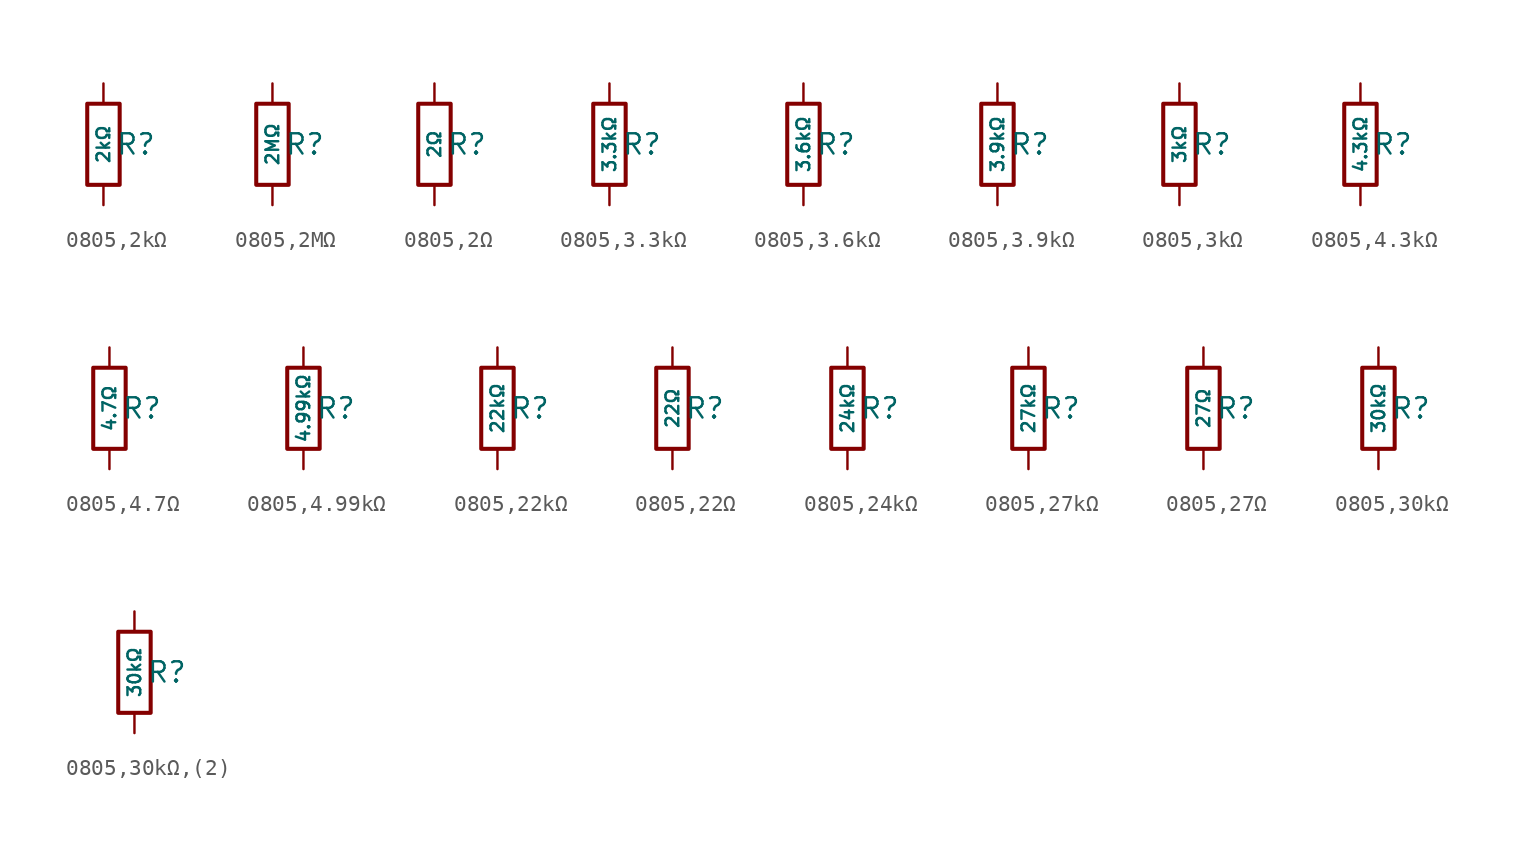
<source format=kicad_sym>
(kicad_symbol_lib
  (version 20231120)
  (generator "CDFER")
  (generator_version "8.0")
  (symbol "0805,2kΩ"
    (pin_numbers hide)
    (pin_names
      (offset 0))
    (property "Reference" "R"
      (at 2.032 0 0)
      (effects (font (size 1.27 1.27)) (hide no)))
    (property "Value" "2kΩ"
      (at 0 0 90)
      (do_not_autoplace)
      (effects (font (size 0.8 0.8)) (hide no)))
    (symbol "0805,2kΩ_0_1"
      (rectangle (start -1.016 2.54) (end 1.016 -2.54) (stroke (width 0.254) (type default)) (fill (type none))))
    (symbol "0805,2kΩ_1_1"
      (pin passive line (at 0 3.81 270) (length 1.27) (name "~" (effects (font (size 1.27 1.27)))) (number "1" (effects (font (size 1.27 1.27)))))
      (pin passive line (at 0 -3.81 90) (length 1.27) (name "~" (effects (font (size 1.27 1.27)))) (number "2" (effects (font (size 1.27 1.27)))))))
  (symbol "0805,2MΩ"
    (pin_numbers hide)
    (pin_names
      (offset 0))
    (property "Reference" "R"
      (at 2.032 0 0)
      (effects (font (size 1.27 1.27)) (hide no)))
    (property "Value" "2MΩ"
      (at 0 0 90)
      (do_not_autoplace)
      (effects (font (size 0.8 0.8)) (hide no)))
    (symbol "0805,2MΩ_0_1"
      (rectangle (start -1.016 2.54) (end 1.016 -2.54) (stroke (width 0.254) (type default)) (fill (type none))))
    (symbol "0805,2MΩ_1_1"
      (pin passive line (at 0 3.81 270) (length 1.27) (name "~" (effects (font (size 1.27 1.27)))) (number "1" (effects (font (size 1.27 1.27)))))
      (pin passive line (at 0 -3.81 90) (length 1.27) (name "~" (effects (font (size 1.27 1.27)))) (number "2" (effects (font (size 1.27 1.27)))))))
  (symbol "0805,2Ω"
    (pin_numbers hide)
    (pin_names
      (offset 0))
    (property "Reference" "R"
      (at 2.032 0 0)
      (effects (font (size 1.27 1.27)) (hide no)))
    (property "Value" "2Ω"
      (at 0 0 90)
      (do_not_autoplace)
      (effects (font (size 0.8 0.8)) (hide no)))
    (symbol "0805,2Ω_0_1"
      (rectangle (start -1.016 2.54) (end 1.016 -2.54) (stroke (width 0.254) (type default)) (fill (type none))))
    (symbol "0805,2Ω_1_1"
      (pin passive line (at 0 3.81 270) (length 1.27) (name "~" (effects (font (size 1.27 1.27)))) (number "1" (effects (font (size 1.27 1.27)))))
      (pin passive line (at 0 -3.81 90) (length 1.27) (name "~" (effects (font (size 1.27 1.27)))) (number "2" (effects (font (size 1.27 1.27)))))))
  (symbol "0805,3.3kΩ"
    (pin_numbers hide)
    (pin_names
      (offset 0))
    (property "Reference" "R"
      (at 2.032 0 0)
      (effects (font (size 1.27 1.27)) (hide no)))
    (property "Value" "3.3kΩ"
      (at 0 0 90)
      (do_not_autoplace)
      (effects (font (size 0.8 0.8)) (hide no)))
    (symbol "0805,3.3kΩ_0_1"
      (rectangle (start -1.016 2.54) (end 1.016 -2.54) (stroke (width 0.254) (type default)) (fill (type none))))
    (symbol "0805,3.3kΩ_1_1"
      (pin passive line (at 0 3.81 270) (length 1.27) (name "~" (effects (font (size 1.27 1.27)))) (number "1" (effects (font (size 1.27 1.27)))))
      (pin passive line (at 0 -3.81 90) (length 1.27) (name "~" (effects (font (size 1.27 1.27)))) (number "2" (effects (font (size 1.27 1.27)))))))
  (symbol "0805,3.6kΩ"
    (pin_numbers hide)
    (pin_names
      (offset 0))
    (property "Reference" "R"
      (at 2.032 0 0)
      (effects (font (size 1.27 1.27)) (hide no)))
    (property "Value" "3.6kΩ"
      (at 0 0 90)
      (do_not_autoplace)
      (effects (font (size 0.8 0.8)) (hide no)))
    (symbol "0805,3.6kΩ_0_1"
      (rectangle (start -1.016 2.54) (end 1.016 -2.54) (stroke (width 0.254) (type default)) (fill (type none))))
    (symbol "0805,3.6kΩ_1_1"
      (pin passive line (at 0 3.81 270) (length 1.27) (name "~" (effects (font (size 1.27 1.27)))) (number "1" (effects (font (size 1.27 1.27)))))
      (pin passive line (at 0 -3.81 90) (length 1.27) (name "~" (effects (font (size 1.27 1.27)))) (number "2" (effects (font (size 1.27 1.27)))))))
  (symbol "0805,3.9kΩ"
    (pin_numbers hide)
    (pin_names
      (offset 0))
    (property "Reference" "R"
      (at 2.032 0 0)
      (effects (font (size 1.27 1.27)) (hide no)))
    (property "Value" "3.9kΩ"
      (at 0 0 90)
      (do_not_autoplace)
      (effects (font (size 0.8 0.8)) (hide no)))
    (symbol "0805,3.9kΩ_0_1"
      (rectangle (start -1.016 2.54) (end 1.016 -2.54) (stroke (width 0.254) (type default)) (fill (type none))))
    (symbol "0805,3.9kΩ_1_1"
      (pin passive line (at 0 3.81 270) (length 1.27) (name "~" (effects (font (size 1.27 1.27)))) (number "1" (effects (font (size 1.27 1.27)))))
      (pin passive line (at 0 -3.81 90) (length 1.27) (name "~" (effects (font (size 1.27 1.27)))) (number "2" (effects (font (size 1.27 1.27)))))))
  (symbol "0805,3kΩ"
    (pin_numbers hide)
    (pin_names
      (offset 0))
    (property "Reference" "R"
      (at 2.032 0 0)
      (effects (font (size 1.27 1.27)) (hide no)))
    (property "Value" "3kΩ"
      (at 0 0 90)
      (do_not_autoplace)
      (effects (font (size 0.8 0.8)) (hide no)))
    (symbol "0805,3kΩ_0_1"
      (rectangle (start -1.016 2.54) (end 1.016 -2.54) (stroke (width 0.254) (type default)) (fill (type none))))
    (symbol "0805,3kΩ_1_1"
      (pin passive line (at 0 3.81 270) (length 1.27) (name "~" (effects (font (size 1.27 1.27)))) (number "1" (effects (font (size 1.27 1.27)))))
      (pin passive line (at 0 -3.81 90) (length 1.27) (name "~" (effects (font (size 1.27 1.27)))) (number "2" (effects (font (size 1.27 1.27)))))))
  (symbol "0805,4.3kΩ"
    (pin_numbers hide)
    (pin_names
      (offset 0))
    (property "Reference" "R"
      (at 2.032 0 0)
      (effects (font (size 1.27 1.27)) (hide no)))
    (property "Value" "4.3kΩ"
      (at 0 0 90)
      (do_not_autoplace)
      (effects (font (size 0.8 0.8)) (hide no)))
    (symbol "0805,4.3kΩ_0_1"
      (rectangle (start -1.016 2.54) (end 1.016 -2.54) (stroke (width 0.254) (type default)) (fill (type none))))
    (symbol "0805,4.3kΩ_1_1"
      (pin passive line (at 0 3.81 270) (length 1.27) (name "~" (effects (font (size 1.27 1.27)))) (number "1" (effects (font (size 1.27 1.27)))))
      (pin passive line (at 0 -3.81 90) (length 1.27) (name "~" (effects (font (size 1.27 1.27)))) (number "2" (effects (font (size 1.27 1.27)))))))
  (symbol "0805,4.7Ω"
    (pin_numbers hide)
    (pin_names
      (offset 0))
    (property "Reference" "R"
      (at 2.032 0 0)
      (effects (font (size 1.27 1.27)) (hide no)))
    (property "Value" "4.7Ω"
      (at 0 0 90)
      (do_not_autoplace)
      (effects (font (size 0.8 0.8)) (hide no)))
    (symbol "0805,4.7Ω_0_1"
      (rectangle (start -1.016 2.54) (end 1.016 -2.54) (stroke (width 0.254) (type default)) (fill (type none))))
    (symbol "0805,4.7Ω_1_1"
      (pin passive line (at 0 3.81 270) (length 1.27) (name "~" (effects (font (size 1.27 1.27)))) (number "1" (effects (font (size 1.27 1.27)))))
      (pin passive line (at 0 -3.81 90) (length 1.27) (name "~" (effects (font (size 1.27 1.27)))) (number "2" (effects (font (size 1.27 1.27)))))))
  (symbol "0805,4.99kΩ"
    (pin_numbers hide)
    (pin_names
      (offset 0))
    (property "Reference" "R"
      (at 2.032 0 0)
      (effects (font (size 1.27 1.27)) (hide no)))
    (property "Value" "4.99kΩ"
      (at 0 0 90)
      (do_not_autoplace)
      (effects (font (size 0.8 0.8)) (hide no)))
    (symbol "0805,4.99kΩ_0_1"
      (rectangle (start -1.016 2.54) (end 1.016 -2.54) (stroke (width 0.254) (type default)) (fill (type none))))
    (symbol "0805,4.99kΩ_1_1"
      (pin passive line (at 0 3.81 270) (length 1.27) (name "~" (effects (font (size 1.27 1.27)))) (number "1" (effects (font (size 1.27 1.27)))))
      (pin passive line (at 0 -3.81 90) (length 1.27) (name "~" (effects (font (size 1.27 1.27)))) (number "2" (effects (font (size 1.27 1.27)))))))
  (symbol "0805,22kΩ"
    (pin_numbers hide)
    (pin_names
      (offset 0))
    (property "Reference" "R"
      (at 2.032 0 0)
      (effects (font (size 1.27 1.27)) (hide no)))
    (property "Value" "22kΩ"
      (at 0 0 90)
      (do_not_autoplace)
      (effects (font (size 0.8 0.8)) (hide no)))
    (symbol "0805,22kΩ_0_1"
      (rectangle (start -1.016 2.54) (end 1.016 -2.54) (stroke (width 0.254) (type default)) (fill (type none))))
    (symbol "0805,22kΩ_1_1"
      (pin passive line (at 0 3.81 270) (length 1.27) (name "~" (effects (font (size 1.27 1.27)))) (number "1" (effects (font (size 1.27 1.27)))))
      (pin passive line (at 0 -3.81 90) (length 1.27) (name "~" (effects (font (size 1.27 1.27)))) (number "2" (effects (font (size 1.27 1.27)))))))
  (symbol "0805,22Ω"
    (pin_numbers hide)
    (pin_names
      (offset 0))
    (property "Reference" "R"
      (at 2.032 0 0)
      (effects (font (size 1.27 1.27)) (hide no)))
    (property "Value" "22Ω"
      (at 0 0 90)
      (do_not_autoplace)
      (effects (font (size 0.8 0.8)) (hide no)))
    (symbol "0805,22Ω_0_1"
      (rectangle (start -1.016 2.54) (end 1.016 -2.54) (stroke (width 0.254) (type default)) (fill (type none))))
    (symbol "0805,22Ω_1_1"
      (pin passive line (at 0 3.81 270) (length 1.27) (name "~" (effects (font (size 1.27 1.27)))) (number "1" (effects (font (size 1.27 1.27)))))
      (pin passive line (at 0 -3.81 90) (length 1.27) (name "~" (effects (font (size 1.27 1.27)))) (number "2" (effects (font (size 1.27 1.27)))))))
  (symbol "0805,24kΩ"
    (pin_numbers hide)
    (pin_names
      (offset 0))
    (property "Reference" "R"
      (at 2.032 0 0)
      (effects (font (size 1.27 1.27)) (hide no)))
    (property "Value" "24kΩ"
      (at 0 0 90)
      (do_not_autoplace)
      (effects (font (size 0.8 0.8)) (hide no)))
    (symbol "0805,24kΩ_0_1"
      (rectangle (start -1.016 2.54) (end 1.016 -2.54) (stroke (width 0.254) (type default)) (fill (type none))))
    (symbol "0805,24kΩ_1_1"
      (pin passive line (at 0 3.81 270) (length 1.27) (name "~" (effects (font (size 1.27 1.27)))) (number "1" (effects (font (size 1.27 1.27)))))
      (pin passive line (at 0 -3.81 90) (length 1.27) (name "~" (effects (font (size 1.27 1.27)))) (number "2" (effects (font (size 1.27 1.27)))))))
  (symbol "0805,27kΩ"
    (pin_numbers hide)
    (pin_names
      (offset 0))
    (property "Reference" "R"
      (at 2.032 0 0)
      (effects (font (size 1.27 1.27)) (hide no)))
    (property "Value" "27kΩ"
      (at 0 0 90)
      (do_not_autoplace)
      (effects (font (size 0.8 0.8)) (hide no)))
    (symbol "0805,27kΩ_0_1"
      (rectangle (start -1.016 2.54) (end 1.016 -2.54) (stroke (width 0.254) (type default)) (fill (type none))))
    (symbol "0805,27kΩ_1_1"
      (pin passive line (at 0 3.81 270) (length 1.27) (name "~" (effects (font (size 1.27 1.27)))) (number "1" (effects (font (size 1.27 1.27)))))
      (pin passive line (at 0 -3.81 90) (length 1.27) (name "~" (effects (font (size 1.27 1.27)))) (number "2" (effects (font (size 1.27 1.27)))))))
  (symbol "0805,27Ω"
    (pin_numbers hide)
    (pin_names
      (offset 0))
    (property "Reference" "R"
      (at 2.032 0 0)
      (effects (font (size 1.27 1.27)) (hide no)))
    (property "Value" "27Ω"
      (at 0 0 90)
      (do_not_autoplace)
      (effects (font (size 0.8 0.8)) (hide no)))
    (symbol "0805,27Ω_0_1"
      (rectangle (start -1.016 2.54) (end 1.016 -2.54) (stroke (width 0.254) (type default)) (fill (type none))))
    (symbol "0805,27Ω_1_1"
      (pin passive line (at 0 3.81 270) (length 1.27) (name "~" (effects (font (size 1.27 1.27)))) (number "1" (effects (font (size 1.27 1.27)))))
      (pin passive line (at 0 -3.81 90) (length 1.27) (name "~" (effects (font (size 1.27 1.27)))) (number "2" (effects (font (size 1.27 1.27)))))))
  (symbol "0805,30kΩ"
    (pin_numbers hide)
    (pin_names
      (offset 0))
    (property "Reference" "R"
      (at 2.032 0 0)
      (effects (font (size 1.27 1.27)) (hide no)))
    (property "Value" "30kΩ"
      (at 0 0 90)
      (do_not_autoplace)
      (effects (font (size 0.8 0.8)) (hide no)))
    (symbol "0805,30kΩ_0_1"
      (rectangle (start -1.016 2.54) (end 1.016 -2.54) (stroke (width 0.254) (type default)) (fill (type none))))
    (symbol "0805,30kΩ_1_1"
      (pin passive line (at 0 3.81 270) (length 1.27) (name "~" (effects (font (size 1.27 1.27)))) (number "1" (effects (font (size 1.27 1.27)))))
      (pin passive line (at 0 -3.81 90) (length 1.27) (name "~" (effects (font (size 1.27 1.27)))) (number "2" (effects (font (size 1.27 1.27)))))))
  (symbol "0805,30kΩ,(2)"
    (pin_numbers hide)
    (pin_names
      (offset 0))
    (property "Reference" "R"
      (at 2.032 0 0)
      (effects (font (size 1.27 1.27)) (hide no)))
    (property "Value" "30kΩ"
      (at 0 0 90)
      (do_not_autoplace)
      (effects (font (size 0.8 0.8)) (hide no)))
    (symbol "0805,30kΩ,(2)_0_1"
      (rectangle (start -1.016 2.54) (end 1.016 -2.54) (stroke (width 0.254) (type default)) (fill (type none))))
    (symbol "0805,30kΩ,(2)_1_1"
      (pin passive line (at 0 3.81 270) (length 1.27) (name "~" (effects (font (size 1.27 1.27)))) (number "1" (effects (font (size 1.27 1.27)))))
      (pin passive line (at 0 -3.81 90) (length 1.27) (name "~" (effects (font (size 1.27 1.27)))) (number "2" (effects (font (size 1.27 1.27))))))))
</source>
